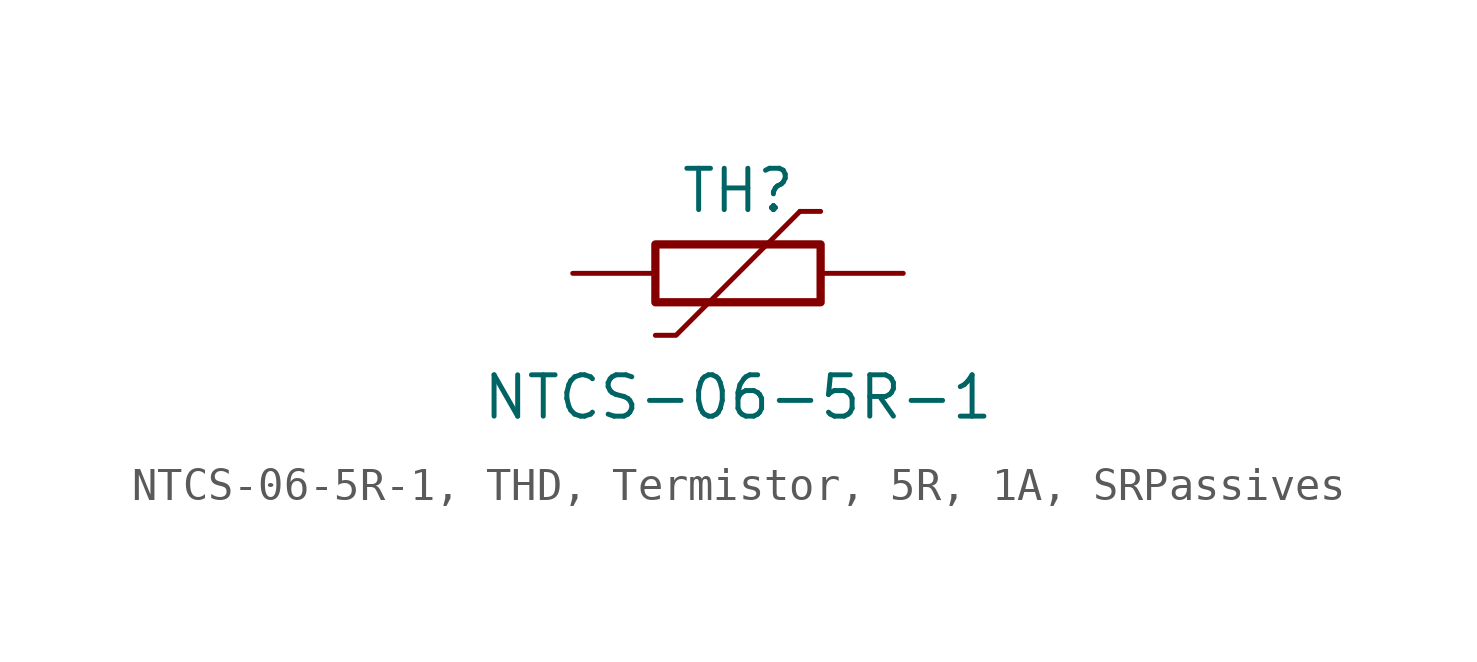
<source format=kicad_sym>
(kicad_symbol_lib
  (version 20241209)
  (generator "kicad_symbol_editor")
  (generator_version "9.0")
  (symbol "NTCS-06-5R-1, THD, Termistor, 5R, 1A, SRPassives"
    (pin_numbers
      (hide yes))
    (pin_names
      (offset 0)
      (hide yes))
    (property "Reference" "TH"
      (at 0 2.54 0)
      (effects (font (size 1.27 1.27))))
    (property "Value" "NTCS-06-5R-1"
      (at 0 -3.81 0)
      (effects (font (size 1.27 1.27))))
    (symbol "NTCS-06-5R-1, THD, Termistor, 5R, 1A, SRPassives_0_1"
      (rectangle (start -2.54 0.889) (end 2.54 -0.889) (stroke (width 0.254) (type default)) (fill (type none)))
      (polyline (pts (xy -2.54 -1.905) (xy -1.905 -1.905) (xy 1.905 1.905) (xy 1.905 1.905)) (stroke (width 0) (type default)) (fill (type none)))
      (polyline (pts (xy 1.905 1.905) (xy 2.54 1.905)) (stroke (width 0) (type default)) (fill (type none))))
    (symbol "NTCS-06-5R-1, THD, Termistor, 5R, 1A, SRPassives_1_1"
      (pin passive line (at -5.08 0 0) (length 2.54) (name "1" (effects (font (size 1.27 1.27)))) (number "1" (effects (font (size 1.27 1.27)))))
      (pin passive line (at 5.08 0 180) (length 2.54) (name "2" (effects (font (size 1.27 1.27)))) (number "2" (effects (font (size 1.27 1.27))))))))
</source>
